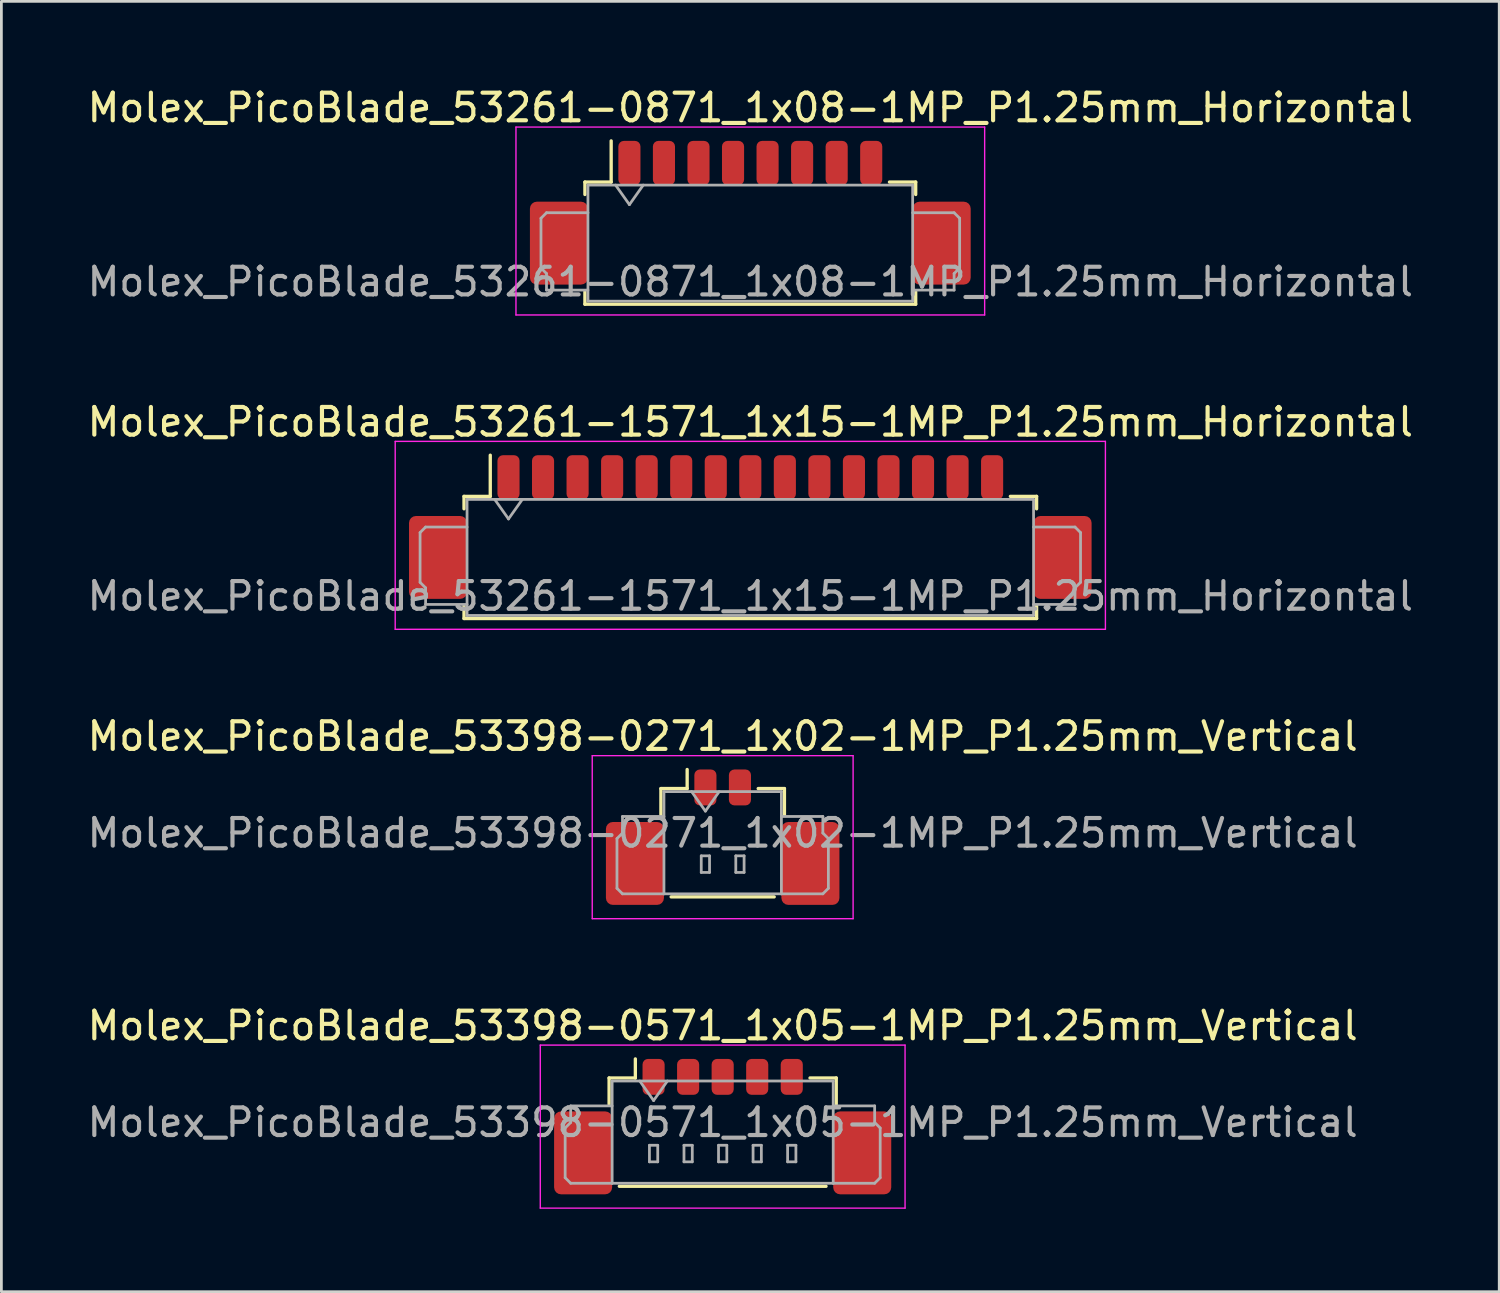
<source format=kicad_pcb>
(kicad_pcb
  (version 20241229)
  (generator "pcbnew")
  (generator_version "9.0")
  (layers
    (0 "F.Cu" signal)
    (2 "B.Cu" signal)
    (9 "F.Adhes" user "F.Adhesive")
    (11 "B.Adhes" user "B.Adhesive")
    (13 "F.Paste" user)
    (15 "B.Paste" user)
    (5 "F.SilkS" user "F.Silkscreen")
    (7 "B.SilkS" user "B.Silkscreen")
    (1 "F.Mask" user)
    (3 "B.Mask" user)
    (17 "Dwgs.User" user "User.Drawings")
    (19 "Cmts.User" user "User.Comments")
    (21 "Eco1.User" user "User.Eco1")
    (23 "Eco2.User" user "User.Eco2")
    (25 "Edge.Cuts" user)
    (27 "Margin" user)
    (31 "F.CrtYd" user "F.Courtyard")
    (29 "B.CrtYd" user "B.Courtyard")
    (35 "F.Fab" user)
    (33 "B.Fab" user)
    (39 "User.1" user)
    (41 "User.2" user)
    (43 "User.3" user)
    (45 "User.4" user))
  (footprint "Molex_PicoBlade_53398-0271_1x02-1MP_P1.25mm_Vertical"
    (layer "F.Cu")
    (at 23.101 26.695)
    (property "Reference" "Molex_PicoBlade_53398-0271_1x02-1MP_P1.25mm_Vertical" (at 0 -3.1 0) (layer "F.SilkS") (effects (font (size 1 1) (thickness 0.15))))
    (attr smd)
    (fp_line (start -2.235 -1.21) (end -1.285 -1.21) (stroke (width 0.12) (type solid)) (layer "F.SilkS"))
    (fp_line (start -2.235 -0.26) (end -2.235 -1.21) (stroke (width 0.12) (type solid)) (layer "F.SilkS"))
    (fp_line (start -1.865 2.71) (end 1.865 2.71) (stroke (width 0.12) (type solid)) (layer "F.SilkS"))
    (fp_line (start -1.285 -1.21) (end -1.285 -1.9) (stroke (width 0.12) (type solid)) (layer "F.SilkS"))
    (fp_line (start 2.235 -1.21) (end 1.285 -1.21) (stroke (width 0.12) (type solid)) (layer "F.SilkS"))
    (fp_line (start 2.235 -0.26) (end 2.235 -1.21) (stroke (width 0.12) (type solid)) (layer "F.SilkS"))
    (fp_line (start -4.72 -2.4) (end -4.72 3.5) (stroke (width 0.05) (type solid)) (layer "F.CrtYd"))
    (fp_line (start -4.72 3.5) (end 4.72 3.5) (stroke (width 0.05) (type solid)) (layer "F.CrtYd"))
    (fp_line (start 4.72 -2.4) (end -4.72 -2.4) (stroke (width 0.05) (type solid)) (layer "F.CrtYd"))
    (fp_line (start 4.72 3.5) (end 4.72 -2.4) (stroke (width 0.05) (type solid)) (layer "F.CrtYd"))
    (fp_line (start -3.825 0.6) (end -3.625 0.4) (stroke (width 0.1) (type solid)) (layer "F.Fab"))
    (fp_line (start -3.825 2.4) (end -3.825 0.6) (stroke (width 0.1) (type solid)) (layer "F.Fab"))
    (fp_line (start -3.625 -0.2) (end -2.125 -0.2) (stroke (width 0.1) (type solid)) (layer "F.Fab"))
    (fp_line (start -3.625 0.4) (end -3.625 -0.2) (stroke (width 0.1) (type solid)) (layer "F.Fab"))
    (fp_line (start -3.625 2.6) (end -3.825 2.4) (stroke (width 0.1) (type solid)) (layer "F.Fab"))
    (fp_line (start -2.125 -1.1) (end -2.125 2.6) (stroke (width 0.1) (type solid)) (layer "F.Fab"))
    (fp_line (start -2.125 -1.1) (end 2.125 -1.1) (stroke (width 0.1) (type solid)) (layer "F.Fab"))
    (fp_line (start -2.125 2.6) (end -3.625 2.6) (stroke (width 0.1) (type solid)) (layer "F.Fab"))
    (fp_line (start -2.125 2.6) (end 2.125 2.6) (stroke (width 0.1) (type solid)) (layer "F.Fab"))
    (fp_line (start -1.125 -1.1) (end -0.625 -0.393) (stroke (width 0.1) (type solid)) (layer "F.Fab"))
    (fp_line (start -0.775 1.225) (end -0.775 1.825) (stroke (width 0.1) (type solid)) (layer "F.Fab"))
    (fp_line (start -0.775 1.825) (end -0.475 1.825) (stroke (width 0.1) (type solid)) (layer "F.Fab"))
    (fp_line (start -0.625 -0.393) (end -0.125 -1.1) (stroke (width 0.1) (type solid)) (layer "F.Fab"))
    (fp_line (start -0.475 1.225) (end -0.775 1.225) (stroke (width 0.1) (type solid)) (layer "F.Fab"))
    (fp_line (start -0.475 1.825) (end -0.475 1.225) (stroke (width 0.1) (type solid)) (layer "F.Fab"))
    (fp_line (start 0.475 1.225) (end 0.475 1.825) (stroke (width 0.1) (type solid)) (layer "F.Fab"))
    (fp_line (start 0.475 1.825) (end 0.775 1.825) (stroke (width 0.1) (type solid)) (layer "F.Fab"))
    (fp_line (start 0.775 1.225) (end 0.475 1.225) (stroke (width 0.1) (type solid)) (layer "F.Fab"))
    (fp_line (start 0.775 1.825) (end 0.775 1.225) (stroke (width 0.1) (type solid)) (layer "F.Fab"))
    (fp_line (start 2.125 -1.1) (end 2.125 2.6) (stroke (width 0.1) (type solid)) (layer "F.Fab"))
    (fp_line (start 2.125 2.6) (end 3.625 2.6) (stroke (width 0.1) (type solid)) (layer "F.Fab"))
    (fp_line (start 3.625 -0.2) (end 2.125 -0.2) (stroke (width 0.1) (type solid)) (layer "F.Fab"))
    (fp_line (start 3.625 0.4) (end 3.625 -0.2) (stroke (width 0.1) (type solid)) (layer "F.Fab"))
    (fp_line (start 3.625 2.6) (end 3.825 2.4) (stroke (width 0.1) (type solid)) (layer "F.Fab"))
    (fp_line (start 3.825 0.6) (end 3.625 0.4) (stroke (width 0.1) (type solid)) (layer "F.Fab"))
    (fp_line (start 3.825 2.4) (end 3.825 0.6) (stroke (width 0.1) (type solid)) (layer "F.Fab"))
    (fp_text user "${REFERENCE}" (at 0 0.4 0) (layer "F.Fab") (effects (font (size 1 1) (thickness 0.15))))
    (pad "1" smd roundrect (at -0.625 -1.25) (size 0.8 1.3) (layers "F.Cu" "F.Mask" "F.Paste") (roundrect_rratio 0.25))
    (pad "2" smd roundrect (at 0.625 -1.25) (size 0.8 1.3) (layers "F.Cu" "F.Mask" "F.Paste") (roundrect_rratio 0.25))
    (pad "MP" smd roundrect (at -3.175 1.5) (size 2.1 3) (layers "F.Cu" "F.Mask" "F.Paste") (roundrect_rratio 0.119))
    (pad "MP" smd roundrect (at 3.175 1.5) (size 2.1 3) (layers "F.Cu" "F.Mask" "F.Paste") (roundrect_rratio 0.119)))
  (footprint "Molex_PicoBlade_53261-0871_1x08-1MP_P1.25mm_Horizontal"
    (layer "F.Cu")
    (at 24.101 5.248)
    (property "Reference" "Molex_PicoBlade_53261-0871_1x08-1MP_P1.25mm_Horizontal" (at 0 -4.4 0) (layer "F.SilkS") (effects (font (size 1 1) (thickness 0.15))))
    (attr smd)
    (fp_line (start -5.985 -1.71) (end -5.035 -1.71) (stroke (width 0.12) (type solid)) (layer "F.SilkS"))
    (fp_line (start -5.985 -1.26) (end -5.985 -1.71) (stroke (width 0.12) (type solid)) (layer "F.SilkS"))
    (fp_line (start -5.985 2.26) (end -5.985 2.71) (stroke (width 0.12) (type solid)) (layer "F.SilkS"))
    (fp_line (start -5.985 2.71) (end 5.985 2.71) (stroke (width 0.12) (type solid)) (layer "F.SilkS"))
    (fp_line (start -5.035 -1.71) (end -5.035 -3.2) (stroke (width 0.12) (type solid)) (layer "F.SilkS"))
    (fp_line (start 5.985 -1.71) (end 5.035 -1.71) (stroke (width 0.12) (type solid)) (layer "F.SilkS"))
    (fp_line (start 5.985 -1.26) (end 5.985 -1.71) (stroke (width 0.12) (type solid)) (layer "F.SilkS"))
    (fp_line (start 5.985 2.71) (end 5.985 2.26) (stroke (width 0.12) (type solid)) (layer "F.SilkS"))
    (fp_line (start -8.48 -3.7) (end -8.48 3.1) (stroke (width 0.05) (type solid)) (layer "F.CrtYd"))
    (fp_line (start -8.48 3.1) (end 8.48 3.1) (stroke (width 0.05) (type solid)) (layer "F.CrtYd"))
    (fp_line (start 8.48 -3.7) (end -8.48 -3.7) (stroke (width 0.05) (type solid)) (layer "F.CrtYd"))
    (fp_line (start 8.48 3.1) (end 8.48 -3.7) (stroke (width 0.05) (type solid)) (layer "F.CrtYd"))
    (fp_line (start -7.575 -0.4) (end -7.575 1.4) (stroke (width 0.1) (type solid)) (layer "F.Fab"))
    (fp_line (start -7.575 1.4) (end -7.375 1.6) (stroke (width 0.1) (type solid)) (layer "F.Fab"))
    (fp_line (start -7.375 -0.6) (end -7.575 -0.4) (stroke (width 0.1) (type solid)) (layer "F.Fab"))
    (fp_line (start -7.375 1.6) (end -7.375 2.2) (stroke (width 0.1) (type solid)) (layer "F.Fab"))
    (fp_line (start -7.375 2.2) (end -5.875 2.2) (stroke (width 0.1) (type solid)) (layer "F.Fab"))
    (fp_line (start -5.875 -1.6) (end -5.875 2.6) (stroke (width 0.1) (type solid)) (layer "F.Fab"))
    (fp_line (start -5.875 -1.6) (end 5.875 -1.6) (stroke (width 0.1) (type solid)) (layer "F.Fab"))
    (fp_line (start -5.875 -0.6) (end -7.375 -0.6) (stroke (width 0.1) (type solid)) (layer "F.Fab"))
    (fp_line (start -5.875 2.6) (end 5.875 2.6) (stroke (width 0.1) (type solid)) (layer "F.Fab"))
    (fp_line (start -4.875 -1.6) (end -4.375 -0.893) (stroke (width 0.1) (type solid)) (layer "F.Fab"))
    (fp_line (start -4.375 -0.893) (end -3.875 -1.6) (stroke (width 0.1) (type solid)) (layer "F.Fab"))
    (fp_line (start 5.875 -1.6) (end 5.875 2.6) (stroke (width 0.1) (type solid)) (layer "F.Fab"))
    (fp_line (start 5.875 -0.6) (end 7.375 -0.6) (stroke (width 0.1) (type solid)) (layer "F.Fab"))
    (fp_line (start 7.375 -0.6) (end 7.575 -0.4) (stroke (width 0.1) (type solid)) (layer "F.Fab"))
    (fp_line (start 7.375 1.6) (end 7.375 2.2) (stroke (width 0.1) (type solid)) (layer "F.Fab"))
    (fp_line (start 7.375 2.2) (end 5.875 2.2) (stroke (width 0.1) (type solid)) (layer "F.Fab"))
    (fp_line (start 7.575 -0.4) (end 7.575 1.4) (stroke (width 0.1) (type solid)) (layer "F.Fab"))
    (fp_line (start 7.575 1.4) (end 7.375 1.6) (stroke (width 0.1) (type solid)) (layer "F.Fab"))
    (fp_text user "${REFERENCE}" (at 0 1.9 0) (layer "F.Fab") (effects (font (size 1 1) (thickness 0.15))))
    (pad "1" smd roundrect (at -4.375 -2.4) (size 0.8 1.6) (layers "F.Cu" "F.Mask" "F.Paste") (roundrect_rratio 0.25))
    (pad "2" smd roundrect (at -3.125 -2.4) (size 0.8 1.6) (layers "F.Cu" "F.Mask" "F.Paste") (roundrect_rratio 0.25))
    (pad "3" smd roundrect (at -1.875 -2.4) (size 0.8 1.6) (layers "F.Cu" "F.Mask" "F.Paste") (roundrect_rratio 0.25))
    (pad "4" smd roundrect (at -0.625 -2.4) (size 0.8 1.6) (layers "F.Cu" "F.Mask" "F.Paste") (roundrect_rratio 0.25))
    (pad "5" smd roundrect (at 0.625 -2.4) (size 0.8 1.6) (layers "F.Cu" "F.Mask" "F.Paste") (roundrect_rratio 0.25))
    (pad "6" smd roundrect (at 1.875 -2.4) (size 0.8 1.6) (layers "F.Cu" "F.Mask" "F.Paste") (roundrect_rratio 0.25))
    (pad "7" smd roundrect (at 3.125 -2.4) (size 0.8 1.6) (layers "F.Cu" "F.Mask" "F.Paste") (roundrect_rratio 0.25))
    (pad "8" smd roundrect (at 4.375 -2.4) (size 0.8 1.6) (layers "F.Cu" "F.Mask" "F.Paste") (roundrect_rratio 0.25))
    (pad "MP" smd roundrect (at -6.925 0.5) (size 2.1 3) (layers "F.Cu" "F.Mask" "F.Paste") (roundrect_rratio 0.119))
    (pad "MP" smd roundrect (at 6.925 0.5) (size 2.1 3) (layers "F.Cu" "F.Mask" "F.Paste") (roundrect_rratio 0.119)))
  (footprint "Molex_PicoBlade_53398-0571_1x05-1MP_P1.25mm_Vertical"
    (layer "F.Cu")
    (at 23.101 37.168)
    (property "Reference" "Molex_PicoBlade_53398-0571_1x05-1MP_P1.25mm_Vertical" (at 0 -3.1 0) (layer "F.SilkS") (effects (font (size 1 1) (thickness 0.15))))
    (attr smd)
    (fp_line (start -4.11 -1.21) (end -3.16 -1.21) (stroke (width 0.12) (type solid)) (layer "F.SilkS"))
    (fp_line (start -4.11 -0.26) (end -4.11 -1.21) (stroke (width 0.12) (type solid)) (layer "F.SilkS"))
    (fp_line (start -3.74 2.71) (end 3.74 2.71) (stroke (width 0.12) (type solid)) (layer "F.SilkS"))
    (fp_line (start -3.16 -1.21) (end -3.16 -1.9) (stroke (width 0.12) (type solid)) (layer "F.SilkS"))
    (fp_line (start 4.11 -1.21) (end 3.16 -1.21) (stroke (width 0.12) (type solid)) (layer "F.SilkS"))
    (fp_line (start 4.11 -0.26) (end 4.11 -1.21) (stroke (width 0.12) (type solid)) (layer "F.SilkS"))
    (fp_line (start -6.6 -2.4) (end -6.6 3.5) (stroke (width 0.05) (type solid)) (layer "F.CrtYd"))
    (fp_line (start -6.6 3.5) (end 6.6 3.5) (stroke (width 0.05) (type solid)) (layer "F.CrtYd"))
    (fp_line (start 6.6 -2.4) (end -6.6 -2.4) (stroke (width 0.05) (type solid)) (layer "F.CrtYd"))
    (fp_line (start 6.6 3.5) (end 6.6 -2.4) (stroke (width 0.05) (type solid)) (layer "F.CrtYd"))
    (fp_line (start -5.7 0.6) (end -5.5 0.4) (stroke (width 0.1) (type solid)) (layer "F.Fab"))
    (fp_line (start -5.7 2.4) (end -5.7 0.6) (stroke (width 0.1) (type solid)) (layer "F.Fab"))
    (fp_line (start -5.5 -0.2) (end -4 -0.2) (stroke (width 0.1) (type solid)) (layer "F.Fab"))
    (fp_line (start -5.5 0.4) (end -5.5 -0.2) (stroke (width 0.1) (type solid)) (layer "F.Fab"))
    (fp_line (start -5.5 2.6) (end -5.7 2.4) (stroke (width 0.1) (type solid)) (layer "F.Fab"))
    (fp_line (start -4 -1.1) (end -4 2.6) (stroke (width 0.1) (type solid)) (layer "F.Fab"))
    (fp_line (start -4 -1.1) (end 4 -1.1) (stroke (width 0.1) (type solid)) (layer "F.Fab"))
    (fp_line (start -4 2.6) (end -5.5 2.6) (stroke (width 0.1) (type solid)) (layer "F.Fab"))
    (fp_line (start -4 2.6) (end 4 2.6) (stroke (width 0.1) (type solid)) (layer "F.Fab"))
    (fp_line (start -3 -1.1) (end -2.5 -0.393) (stroke (width 0.1) (type solid)) (layer "F.Fab"))
    (fp_line (start -2.65 1.225) (end -2.65 1.825) (stroke (width 0.1) (type solid)) (layer "F.Fab"))
    (fp_line (start -2.65 1.825) (end -2.35 1.825) (stroke (width 0.1) (type solid)) (layer "F.Fab"))
    (fp_line (start -2.5 -0.393) (end -2 -1.1) (stroke (width 0.1) (type solid)) (layer "F.Fab"))
    (fp_line (start -2.35 1.225) (end -2.65 1.225) (stroke (width 0.1) (type solid)) (layer "F.Fab"))
    (fp_line (start -2.35 1.825) (end -2.35 1.225) (stroke (width 0.1) (type solid)) (layer "F.Fab"))
    (fp_line (start -1.4 1.225) (end -1.4 1.825) (stroke (width 0.1) (type solid)) (layer "F.Fab"))
    (fp_line (start -1.4 1.825) (end -1.1 1.825) (stroke (width 0.1) (type solid)) (layer "F.Fab"))
    (fp_line (start -1.1 1.225) (end -1.4 1.225) (stroke (width 0.1) (type solid)) (layer "F.Fab"))
    (fp_line (start -1.1 1.825) (end -1.1 1.225) (stroke (width 0.1) (type solid)) (layer "F.Fab"))
    (fp_line (start -0.15 1.225) (end -0.15 1.825) (stroke (width 0.1) (type solid)) (layer "F.Fab"))
    (fp_line (start -0.15 1.825) (end 0.15 1.825) (stroke (width 0.1) (type solid)) (layer "F.Fab"))
    (fp_line (start 0.15 1.225) (end -0.15 1.225) (stroke (width 0.1) (type solid)) (layer "F.Fab"))
    (fp_line (start 0.15 1.825) (end 0.15 1.225) (stroke (width 0.1) (type solid)) (layer "F.Fab"))
    (fp_line (start 1.1 1.225) (end 1.1 1.825) (stroke (width 0.1) (type solid)) (layer "F.Fab"))
    (fp_line (start 1.1 1.825) (end 1.4 1.825) (stroke (width 0.1) (type solid)) (layer "F.Fab"))
    (fp_line (start 1.4 1.225) (end 1.1 1.225) (stroke (width 0.1) (type solid)) (layer "F.Fab"))
    (fp_line (start 1.4 1.825) (end 1.4 1.225) (stroke (width 0.1) (type solid)) (layer "F.Fab"))
    (fp_line (start 2.35 1.225) (end 2.35 1.825) (stroke (width 0.1) (type solid)) (layer "F.Fab"))
    (fp_line (start 2.35 1.825) (end 2.65 1.825) (stroke (width 0.1) (type solid)) (layer "F.Fab"))
    (fp_line (start 2.65 1.225) (end 2.35 1.225) (stroke (width 0.1) (type solid)) (layer "F.Fab"))
    (fp_line (start 2.65 1.825) (end 2.65 1.225) (stroke (width 0.1) (type solid)) (layer "F.Fab"))
    (fp_line (start 4 -1.1) (end 4 2.6) (stroke (width 0.1) (type solid)) (layer "F.Fab"))
    (fp_line (start 4 2.6) (end 5.5 2.6) (stroke (width 0.1) (type solid)) (layer "F.Fab"))
    (fp_line (start 5.5 -0.2) (end 4 -0.2) (stroke (width 0.1) (type solid)) (layer "F.Fab"))
    (fp_line (start 5.5 0.4) (end 5.5 -0.2) (stroke (width 0.1) (type solid)) (layer "F.Fab"))
    (fp_line (start 5.5 2.6) (end 5.7 2.4) (stroke (width 0.1) (type solid)) (layer "F.Fab"))
    (fp_line (start 5.7 0.6) (end 5.5 0.4) (stroke (width 0.1) (type solid)) (layer "F.Fab"))
    (fp_line (start 5.7 2.4) (end 5.7 0.6) (stroke (width 0.1) (type solid)) (layer "F.Fab"))
    (fp_text user "${REFERENCE}" (at 0 0.4 0) (layer "F.Fab") (effects (font (size 1 1) (thickness 0.15))))
    (pad "1" smd roundrect (at -2.5 -1.25) (size 0.8 1.3) (layers "F.Cu" "F.Mask" "F.Paste") (roundrect_rratio 0.25))
    (pad "2" smd roundrect (at -1.25 -1.25) (size 0.8 1.3) (layers "F.Cu" "F.Mask" "F.Paste") (roundrect_rratio 0.25))
    (pad "3" smd roundrect (at 0 -1.25) (size 0.8 1.3) (layers "F.Cu" "F.Mask" "F.Paste") (roundrect_rratio 0.25))
    (pad "4" smd roundrect (at 1.25 -1.25) (size 0.8 1.3) (layers "F.Cu" "F.Mask" "F.Paste") (roundrect_rratio 0.25))
    (pad "5" smd roundrect (at 2.5 -1.25) (size 0.8 1.3) (layers "F.Cu" "F.Mask" "F.Paste") (roundrect_rratio 0.25))
    (pad "MP" smd roundrect (at -5.05 1.5) (size 2.1 3) (layers "F.Cu" "F.Mask" "F.Paste") (roundrect_rratio 0.119))
    (pad "MP" smd roundrect (at 5.05 1.5) (size 2.1 3) (layers "F.Cu" "F.Mask" "F.Paste") (roundrect_rratio 0.119)))
  (footprint "Molex_PicoBlade_53261-1571_1x15-1MP_P1.25mm_Horizontal"
    (layer "F.Cu")
    (at 24.101 16.622)
    (property "Reference" "Molex_PicoBlade_53261-1571_1x15-1MP_P1.25mm_Horizontal" (at 0 -4.4 0) (layer "F.SilkS") (effects (font (size 1 1) (thickness 0.15))))
    (attr smd)
    (fp_line (start -10.36 -1.71) (end -9.41 -1.71) (stroke (width 0.12) (type solid)) (layer "F.SilkS"))
    (fp_line (start -10.36 -1.26) (end -10.36 -1.71) (stroke (width 0.12) (type solid)) (layer "F.SilkS"))
    (fp_line (start -10.36 2.26) (end -10.36 2.71) (stroke (width 0.12) (type solid)) (layer "F.SilkS"))
    (fp_line (start -10.36 2.71) (end 10.36 2.71) (stroke (width 0.12) (type solid)) (layer "F.SilkS"))
    (fp_line (start -9.41 -1.71) (end -9.41 -3.2) (stroke (width 0.12) (type solid)) (layer "F.SilkS"))
    (fp_line (start 10.36 -1.71) (end 9.41 -1.71) (stroke (width 0.12) (type solid)) (layer "F.SilkS"))
    (fp_line (start 10.36 -1.26) (end 10.36 -1.71) (stroke (width 0.12) (type solid)) (layer "F.SilkS"))
    (fp_line (start 10.36 2.71) (end 10.36 2.26) (stroke (width 0.12) (type solid)) (layer "F.SilkS"))
    (fp_line (start -12.85 -3.7) (end -12.85 3.1) (stroke (width 0.05) (type solid)) (layer "F.CrtYd"))
    (fp_line (start -12.85 3.1) (end 12.85 3.1) (stroke (width 0.05) (type solid)) (layer "F.CrtYd"))
    (fp_line (start 12.85 -3.7) (end -12.85 -3.7) (stroke (width 0.05) (type solid)) (layer "F.CrtYd"))
    (fp_line (start 12.85 3.1) (end 12.85 -3.7) (stroke (width 0.05) (type solid)) (layer "F.CrtYd"))
    (fp_line (start -11.95 -0.4) (end -11.95 1.4) (stroke (width 0.1) (type solid)) (layer "F.Fab"))
    (fp_line (start -11.95 1.4) (end -11.75 1.6) (stroke (width 0.1) (type solid)) (layer "F.Fab"))
    (fp_line (start -11.75 -0.6) (end -11.95 -0.4) (stroke (width 0.1) (type solid)) (layer "F.Fab"))
    (fp_line (start -11.75 1.6) (end -11.75 2.2) (stroke (width 0.1) (type solid)) (layer "F.Fab"))
    (fp_line (start -11.75 2.2) (end -10.25 2.2) (stroke (width 0.1) (type solid)) (layer "F.Fab"))
    (fp_line (start -10.25 -1.6) (end -10.25 2.6) (stroke (width 0.1) (type solid)) (layer "F.Fab"))
    (fp_line (start -10.25 -1.6) (end 10.25 -1.6) (stroke (width 0.1) (type solid)) (layer "F.Fab"))
    (fp_line (start -10.25 -0.6) (end -11.75 -0.6) (stroke (width 0.1) (type solid)) (layer "F.Fab"))
    (fp_line (start -10.25 2.6) (end 10.25 2.6) (stroke (width 0.1) (type solid)) (layer "F.Fab"))
    (fp_line (start -9.25 -1.6) (end -8.75 -0.893) (stroke (width 0.1) (type solid)) (layer "F.Fab"))
    (fp_line (start -8.75 -0.893) (end -8.25 -1.6) (stroke (width 0.1) (type solid)) (layer "F.Fab"))
    (fp_line (start 10.25 -1.6) (end 10.25 2.6) (stroke (width 0.1) (type solid)) (layer "F.Fab"))
    (fp_line (start 10.25 -0.6) (end 11.75 -0.6) (stroke (width 0.1) (type solid)) (layer "F.Fab"))
    (fp_line (start 11.75 -0.6) (end 11.95 -0.4) (stroke (width 0.1) (type solid)) (layer "F.Fab"))
    (fp_line (start 11.75 1.6) (end 11.75 2.2) (stroke (width 0.1) (type solid)) (layer "F.Fab"))
    (fp_line (start 11.75 2.2) (end 10.25 2.2) (stroke (width 0.1) (type solid)) (layer "F.Fab"))
    (fp_line (start 11.95 -0.4) (end 11.95 1.4) (stroke (width 0.1) (type solid)) (layer "F.Fab"))
    (fp_line (start 11.95 1.4) (end 11.75 1.6) (stroke (width 0.1) (type solid)) (layer "F.Fab"))
    (fp_text user "${REFERENCE}" (at 0 1.9 0) (layer "F.Fab") (effects (font (size 1 1) (thickness 0.15))))
    (pad "1" smd roundrect (at -8.75 -2.4) (size 0.8 1.6) (layers "F.Cu" "F.Mask" "F.Paste") (roundrect_rratio 0.25))
    (pad "2" smd roundrect (at -7.5 -2.4) (size 0.8 1.6) (layers "F.Cu" "F.Mask" "F.Paste") (roundrect_rratio 0.25))
    (pad "3" smd roundrect (at -6.25 -2.4) (size 0.8 1.6) (layers "F.Cu" "F.Mask" "F.Paste") (roundrect_rratio 0.25))
    (pad "4" smd roundrect (at -5 -2.4) (size 0.8 1.6) (layers "F.Cu" "F.Mask" "F.Paste") (roundrect_rratio 0.25))
    (pad "5" smd roundrect (at -3.75 -2.4) (size 0.8 1.6) (layers "F.Cu" "F.Mask" "F.Paste") (roundrect_rratio 0.25))
    (pad "6" smd roundrect (at -2.5 -2.4) (size 0.8 1.6) (layers "F.Cu" "F.Mask" "F.Paste") (roundrect_rratio 0.25))
    (pad "7" smd roundrect (at -1.25 -2.4) (size 0.8 1.6) (layers "F.Cu" "F.Mask" "F.Paste") (roundrect_rratio 0.25))
    (pad "8" smd roundrect (at 0 -2.4) (size 0.8 1.6) (layers "F.Cu" "F.Mask" "F.Paste") (roundrect_rratio 0.25))
    (pad "9" smd roundrect (at 1.25 -2.4) (size 0.8 1.6) (layers "F.Cu" "F.Mask" "F.Paste") (roundrect_rratio 0.25))
    (pad "10" smd roundrect (at 2.5 -2.4) (size 0.8 1.6) (layers "F.Cu" "F.Mask" "F.Paste") (roundrect_rratio 0.25))
    (pad "11" smd roundrect (at 3.75 -2.4) (size 0.8 1.6) (layers "F.Cu" "F.Mask" "F.Paste") (roundrect_rratio 0.25))
    (pad "12" smd roundrect (at 5 -2.4) (size 0.8 1.6) (layers "F.Cu" "F.Mask" "F.Paste") (roundrect_rratio 0.25))
    (pad "13" smd roundrect (at 6.25 -2.4) (size 0.8 1.6) (layers "F.Cu" "F.Mask" "F.Paste") (roundrect_rratio 0.25))
    (pad "14" smd roundrect (at 7.5 -2.4) (size 0.8 1.6) (layers "F.Cu" "F.Mask" "F.Paste") (roundrect_rratio 0.25))
    (pad "15" smd roundrect (at 8.75 -2.4) (size 0.8 1.6) (layers "F.Cu" "F.Mask" "F.Paste") (roundrect_rratio 0.25))
    (pad "MP" smd roundrect (at -11.3 0.5) (size 2.1 3) (layers "F.Cu" "F.Mask" "F.Paste") (roundrect_rratio 0.119))
    (pad "MP" smd roundrect (at 11.3 0.5) (size 2.1 3) (layers "F.Cu" "F.Mask" "F.Paste") (roundrect_rratio 0.119)))
  (gr_rect
    (start -3 -3)
    (end 51.202 43.693)
    (stroke (width 0.1) (type default))
    (fill no)
    (layer "Edge.Cuts")))
</source>
